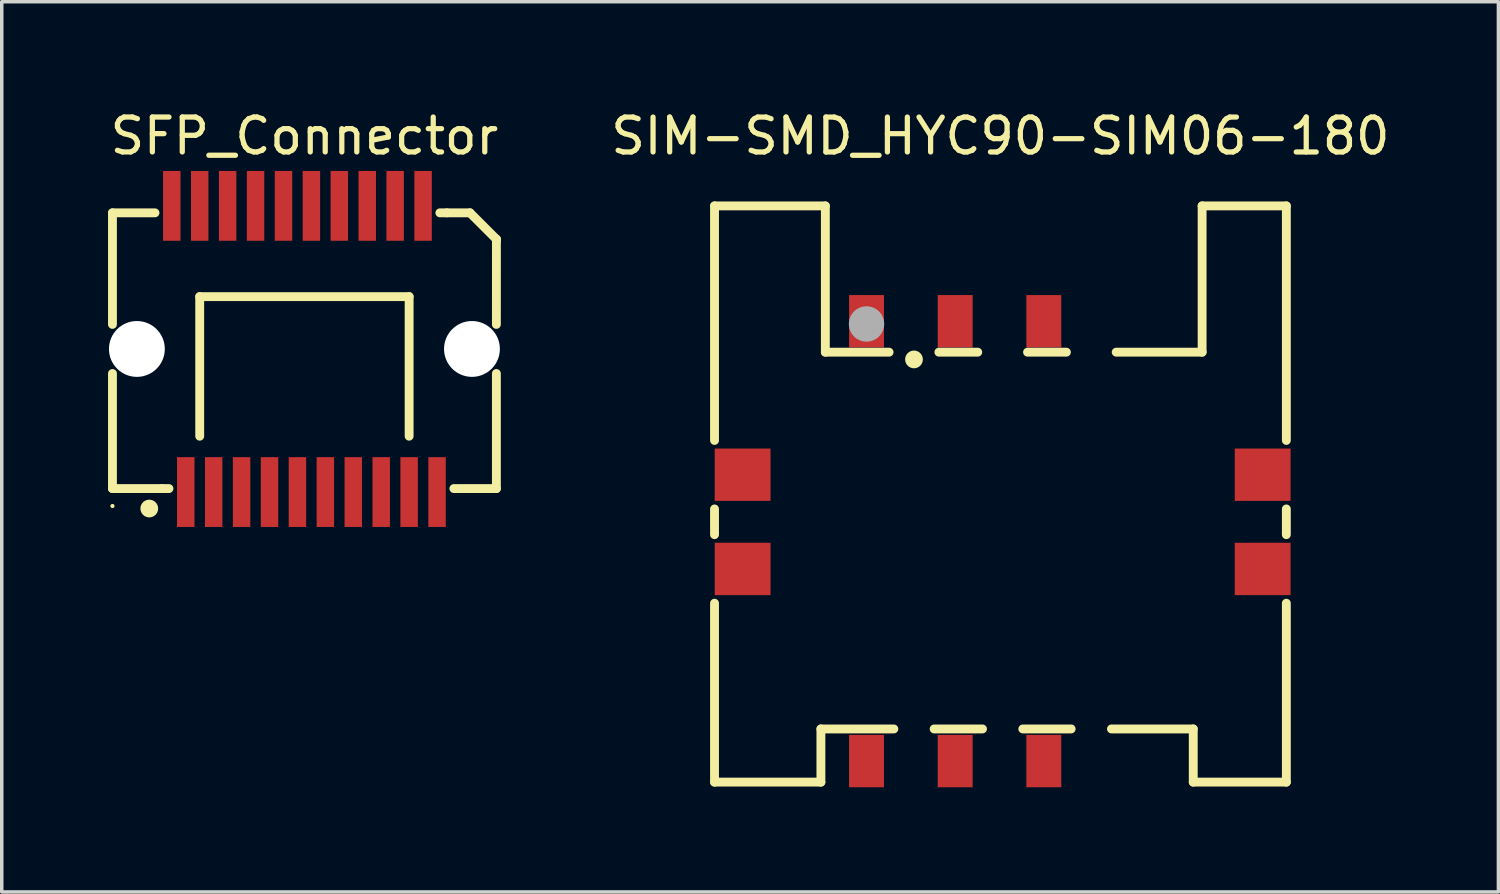
<source format=kicad_pcb>
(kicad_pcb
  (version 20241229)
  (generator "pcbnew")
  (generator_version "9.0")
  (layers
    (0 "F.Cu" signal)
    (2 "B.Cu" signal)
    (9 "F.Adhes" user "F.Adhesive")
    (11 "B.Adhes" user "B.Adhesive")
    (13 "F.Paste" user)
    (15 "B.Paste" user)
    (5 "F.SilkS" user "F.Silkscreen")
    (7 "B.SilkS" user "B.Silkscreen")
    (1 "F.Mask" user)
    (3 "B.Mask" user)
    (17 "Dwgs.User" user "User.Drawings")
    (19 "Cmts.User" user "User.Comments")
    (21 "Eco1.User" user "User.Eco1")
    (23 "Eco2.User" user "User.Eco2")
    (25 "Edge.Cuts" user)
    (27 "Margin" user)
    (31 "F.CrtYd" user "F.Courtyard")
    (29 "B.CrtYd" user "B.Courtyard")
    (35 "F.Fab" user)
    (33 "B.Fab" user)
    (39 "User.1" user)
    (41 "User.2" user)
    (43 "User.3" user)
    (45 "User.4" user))
  (footprint "SFP_Connector"
    (layer "F.Cu")
    (at 5.672 6.948)
    (property "Reference" "SFP_Connector" (at 0.000216 -6.1 180) (layer "F.SilkS") (effects (font (size 1 1) (thickness 0.15))))
    (attr through_hole)
    (fp_line (start -5.5 -3.9) (end -5.5 -0.703) (stroke (width 0.254) (type solid)) (layer "F.SilkS"))
    (fp_line (start -5.5 -3.9) (end -4.281 -3.9) (stroke (width 0.254) (type solid)) (layer "F.SilkS"))
    (fp_line (start -5.5 0.703) (end -5.5 4) (stroke (width 0.254) (type solid)) (layer "F.SilkS"))
    (fp_line (start -5.5 4) (end -4.081 4) (stroke (width 0.254) (type solid)) (layer "F.SilkS"))
    (fp_line (start -3.881 4) (end -4.081 4) (stroke (width 0.254) (type solid)) (layer "F.SilkS"))
    (fp_line (start -3 -1.5) (end 3 -1.5) (stroke (width 0.254) (type solid)) (layer "F.SilkS"))
    (fp_line (start -3 2.5) (end -3 -1.5) (stroke (width 0.254) (type solid)) (layer "F.SilkS"))
    (fp_line (start 3 -1.5) (end 3 2.5) (stroke (width 0.254) (type solid)) (layer "F.SilkS"))
    (fp_line (start 3.881 -3.9) (end 4.081 -3.9) (stroke (width 0.254) (type solid)) (layer "F.SilkS"))
    (fp_line (start 4.081 -3.9) (end 4.744 -3.9) (stroke (width 0.254) (type solid)) (layer "F.SilkS"))
    (fp_line (start 4.744 -3.901) (end 5.501 -3.144) (stroke (width 0.254) (type solid)) (layer "F.SilkS"))
    (fp_line (start 5.5 0.703) (end 5.5 4) (stroke (width 0.254) (type solid)) (layer "F.SilkS"))
    (fp_line (start 5.5 4) (end 4.281 4) (stroke (width 0.254) (type solid)) (layer "F.SilkS"))
    (fp_line (start 5.501 -3.144) (end 5.5 -0.703) (stroke (width 0.254) (type solid)) (layer "F.SilkS"))
    (fp_line (start 5.501 -3.144) (end 5.501 -3.091) (stroke (width 0.254) (type solid)) (layer "F.SilkS"))
    (fp_circle (center -5.5 4.5) (end -5.47 4.5) (stroke (width 0.06) (type solid)) (fill no) (layer "F.SilkS"))
    (fp_circle (center -4.445 4.572) (end -4.318 4.572) (stroke (width 0.254) (type solid)) (fill no) (layer "F.SilkS"))
    (fp_circle (center -4.8 -0.000127) (end -4.45 -0.000127) (stroke (width 0.7) (type solid)) (fill no) (layer "F.Fab"))
    (fp_circle (center 4.8 -0.000127) (end 5.15 -0.000127) (stroke (width 0.7) (type solid)) (fill no) (layer "F.Fab"))
    (pad "" np_thru_hole circle (at -4.8 -0.000127) (size 1.6 1.6) (drill 1.6) (layers "*.Cu" "*.Mask"))
    (pad "" np_thru_hole circle (at 4.8 -0.000127) (size 1.6 1.6) (drill 1.6) (layers "*.Cu" "*.Mask"))
    (pad "1" smd rect (at -3.4 4.1 90) (size 2 0.5) (layers "F.Cu" "F.Mask" "F.Paste"))
    (pad "2" smd rect (at -2.6 4.1 90) (size 2 0.5) (layers "F.Cu" "F.Mask" "F.Paste"))
    (pad "3" smd rect (at -1.8 4.1 90) (size 2 0.5) (layers "F.Cu" "F.Mask" "F.Paste"))
    (pad "4" smd rect (at -1 4.1 90) (size 2 0.5) (layers "F.Cu" "F.Mask" "F.Paste"))
    (pad "5" smd rect (at -0.2 4.1 90) (size 2 0.5) (layers "F.Cu" "F.Mask" "F.Paste"))
    (pad "6" smd rect (at 0.6 4.1 90) (size 2 0.5) (layers "F.Cu" "F.Mask" "F.Paste"))
    (pad "7" smd rect (at 1.4 4.1 90) (size 2 0.5) (layers "F.Cu" "F.Mask" "F.Paste"))
    (pad "8" smd rect (at 2.2 4.1 90) (size 2 0.5) (layers "F.Cu" "F.Mask" "F.Paste"))
    (pad "9" smd rect (at 3 4.1 90) (size 2 0.5) (layers "F.Cu" "F.Mask" "F.Paste"))
    (pad "10" smd rect (at 3.8 4.1 90) (size 2 0.5) (layers "F.Cu" "F.Mask" "F.Paste"))
    (pad "11" smd rect (at 3.4 -4.1 90) (size 2 0.5) (layers "F.Cu" "F.Mask" "F.Paste"))
    (pad "12" smd rect (at 2.6 -4.1 90) (size 2 0.5) (layers "F.Cu" "F.Mask" "F.Paste"))
    (pad "13" smd rect (at 1.8 -4.1 90) (size 2 0.5) (layers "F.Cu" "F.Mask" "F.Paste"))
    (pad "14" smd rect (at 1 -4.1 90) (size 2 0.5) (layers "F.Cu" "F.Mask" "F.Paste"))
    (pad "15" smd rect (at 0.2 -4.1 90) (size 2 0.5) (layers "F.Cu" "F.Mask" "F.Paste"))
    (pad "16" smd rect (at -0.6 -4.1 90) (size 2 0.5) (layers "F.Cu" "F.Mask" "F.Paste"))
    (pad "17" smd rect (at -1.4 -4.1 90) (size 2 0.5) (layers "F.Cu" "F.Mask" "F.Paste"))
    (pad "18" smd rect (at -2.2 -4.1 90) (size 2 0.5) (layers "F.Cu" "F.Mask" "F.Paste"))
    (pad "19" smd rect (at -3 -4.1 90) (size 2 0.5) (layers "F.Cu" "F.Mask" "F.Paste"))
    (pad "20" smd rect (at -3.8 -4.1 90) (size 2 0.5) (layers "F.Cu" "F.Mask" "F.Paste")))
  (footprint "SIM-SMD_HYC90-SIM06-180"
    (layer "F.Cu")
    (at 25.677 12.455)
    (property "Reference" "SIM-SMD_HYC90-SIM06-180" (at -0.064 -11.606 180) (layer "F.SilkS") (effects (font (size 1 1) (thickness 0.15))))
    (attr through_hole)
    (fp_line (start -8.255 -9.606) (end -8.255 -2.886) (stroke (width 0.254) (type solid)) (layer "F.SilkS"))
    (fp_line (start -8.255 -0.923) (end -8.255 -0.186) (stroke (width 0.254) (type solid)) (layer "F.SilkS"))
    (fp_line (start -8.255 1.777) (end -8.255 6.904) (stroke (width 0.254) (type solid)) (layer "F.SilkS"))
    (fp_line (start -8.255 6.904) (end -5.207 6.904) (stroke (width 0.254) (type solid)) (layer "F.SilkS"))
    (fp_line (start -5.207 5.38) (end -3.117 5.38) (stroke (width 0.254) (type solid)) (layer "F.SilkS"))
    (fp_line (start -5.207 6.904) (end -5.207 5.38) (stroke (width 0.254) (type solid)) (layer "F.SilkS"))
    (fp_line (start -5.08 -9.606) (end -8.255 -9.606) (stroke (width 0.254) (type solid)) (layer "F.SilkS"))
    (fp_line (start -5.08 -5.415) (end -5.08 -9.606) (stroke (width 0.254) (type solid)) (layer "F.SilkS"))
    (fp_line (start -3.253 -5.415) (end -5.08 -5.415) (stroke (width 0.254) (type solid)) (layer "F.SilkS"))
    (fp_line (start -1.963 5.38) (end -0.577 5.38) (stroke (width 0.254) (type solid)) (layer "F.SilkS"))
    (fp_line (start -0.713 -5.415) (end -1.827 -5.415) (stroke (width 0.254) (type solid)) (layer "F.SilkS"))
    (fp_line (start 0.577 5.38) (end 1.963 5.38) (stroke (width 0.254) (type solid)) (layer "F.SilkS"))
    (fp_line (start 1.827 -5.415) (end 0.713 -5.415) (stroke (width 0.254) (type solid)) (layer "F.SilkS"))
    (fp_line (start 3.117 5.38) (end 5.461 5.38) (stroke (width 0.254) (type solid)) (layer "F.SilkS"))
    (fp_line (start 5.461 5.38) (end 5.461 6.904) (stroke (width 0.254) (type solid)) (layer "F.SilkS"))
    (fp_line (start 5.461 6.904) (end 8.128 6.904) (stroke (width 0.254) (type solid)) (layer "F.SilkS"))
    (fp_line (start 5.715 -9.606) (end 5.715 -5.415) (stroke (width 0.254) (type solid)) (layer "F.SilkS"))
    (fp_line (start 5.715 -5.415) (end 3.253 -5.415) (stroke (width 0.254) (type solid)) (layer "F.SilkS"))
    (fp_line (start 8.128 -9.606) (end 5.715 -9.606) (stroke (width 0.254) (type solid)) (layer "F.SilkS"))
    (fp_line (start 8.128 -2.886) (end 8.128 -9.606) (stroke (width 0.254) (type solid)) (layer "F.SilkS"))
    (fp_line (start 8.128 -0.186) (end 8.128 -0.923) (stroke (width 0.254) (type solid)) (layer "F.SilkS"))
    (fp_line (start 8.128 6.904) (end 8.128 1.777) (stroke (width 0.254) (type solid)) (layer "F.SilkS"))
    (fp_circle (center -8.207 -9.516) (end -8.177 -9.516) (stroke (width 0.06) (type solid)) (fill no) (layer "F.SilkS"))
    (fp_circle (center -2.54 -5.207) (end -2.413 -5.207) (stroke (width 0.254) (type solid)) (fill no) (layer "F.SilkS"))
    (fp_circle (center -3.9 -6.223) (end -3.646 -6.223) (stroke (width 0.508) (type solid)) (fill no) (layer "F.Fab"))
    (pad "1" smd rect (at -3.9 -6.301) (size 1 1.5) (layers "F.Cu" "F.Mask" "F.Paste"))
    (pad "2" smd rect (at -1.36 -6.301) (size 1 1.5) (layers "F.Cu" "F.Mask" "F.Paste"))
    (pad "3" smd rect (at 1.18 -6.301) (size 1 1.5) (layers "F.Cu" "F.Mask" "F.Paste"))
    (pad "4" smd rect (at -3.9 6.301) (size 1 1.5) (layers "F.Cu" "F.Mask" "F.Paste"))
    (pad "5" smd rect (at -1.36 6.301) (size 1 1.5) (layers "F.Cu" "F.Mask" "F.Paste"))
    (pad "6" smd rect (at 1.18 6.301) (size 1 1.5) (layers "F.Cu" "F.Mask" "F.Paste"))
    (pad "8" smd rect (at -7.45 0.796 90) (size 1.5 1.6) (layers "F.Cu" "F.Mask" "F.Paste"))
    (pad "9" smd rect (at -7.45 -1.904 90) (size 1.5 1.6) (layers "F.Cu" "F.Mask" "F.Paste"))
    (pad "10" smd rect (at 7.45 0.796 90) (size 1.5 1.6) (layers "F.Cu" "F.Mask" "F.Paste"))
    (pad "11" smd rect (at 7.45 -1.904 90) (size 1.5 1.6) (layers "F.Cu" "F.Mask" "F.Paste")))
  (gr_rect
    (start -3 -3)
    (end 39.881 22.506)
    (stroke (width 0.1) (type default))
    (fill no)
    (layer "Edge.Cuts")))
</source>
